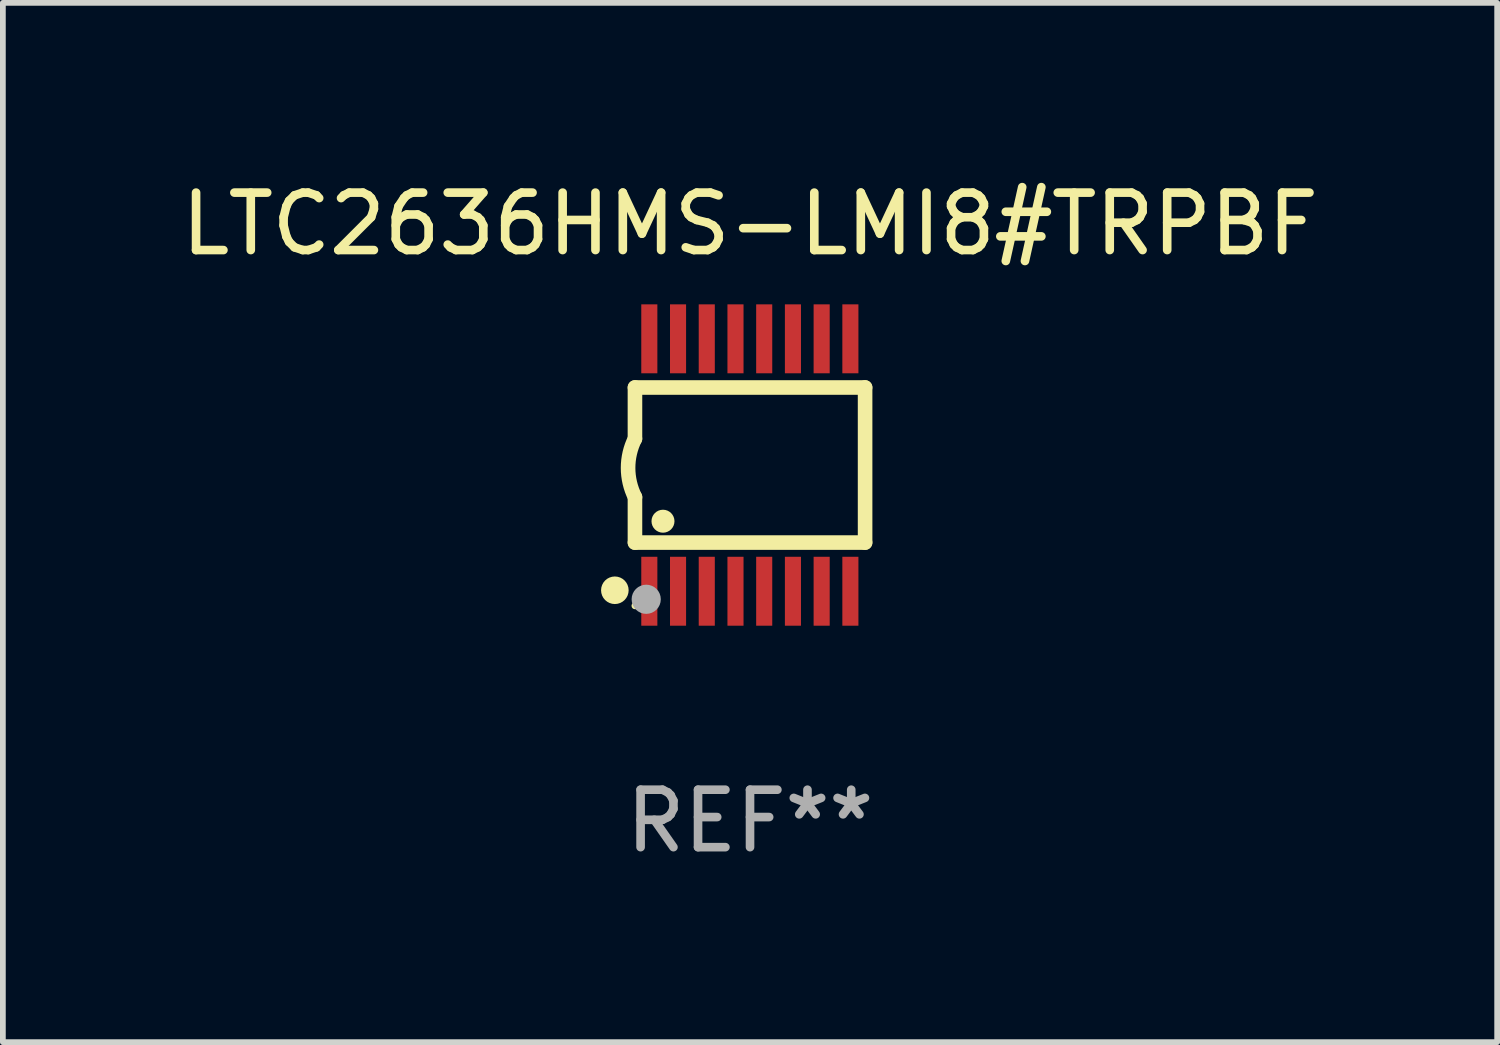
<source format=kicad_pcb>
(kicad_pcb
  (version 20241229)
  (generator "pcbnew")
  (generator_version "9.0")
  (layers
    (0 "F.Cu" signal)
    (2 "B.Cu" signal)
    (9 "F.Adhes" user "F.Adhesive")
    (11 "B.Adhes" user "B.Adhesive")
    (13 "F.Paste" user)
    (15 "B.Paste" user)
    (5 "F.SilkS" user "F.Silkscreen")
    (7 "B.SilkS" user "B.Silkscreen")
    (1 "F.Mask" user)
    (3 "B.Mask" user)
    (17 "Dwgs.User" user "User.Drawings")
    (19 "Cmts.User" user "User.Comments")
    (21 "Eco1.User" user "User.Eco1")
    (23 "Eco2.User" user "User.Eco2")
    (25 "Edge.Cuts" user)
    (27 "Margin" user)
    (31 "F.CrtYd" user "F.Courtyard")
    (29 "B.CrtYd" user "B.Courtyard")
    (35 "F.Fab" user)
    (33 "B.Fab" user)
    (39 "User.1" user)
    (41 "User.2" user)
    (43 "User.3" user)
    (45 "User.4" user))
  (footprint "LTC2636HMS-LMI8#TRPBF"
    (layer "F.Cu")
    (at 10.006 5.045)
    (property "Reference" "LTC2636HMS-LMI8#TRPBF" (at 0 -4.197 0) (layer "F.SilkS") (effects (font (size 1 1) (thickness 0.15))))
    (attr through_hole)
    (fp_line (start -2.003 -1.35) (end -2.003 -0.457) (stroke (width 0.254) (type solid)) (layer "F.SilkS"))
    (fp_line (start -2.003 -1.35) (end 2.003 -1.35) (stroke (width 0.254) (type solid)) (layer "F.SilkS"))
    (fp_line (start -2.003 1.35) (end -2.003 0.559) (stroke (width 0.254) (type solid)) (layer "F.SilkS"))
    (fp_line (start -2.003 1.35) (end 2.003 1.35) (stroke (width 0.254) (type solid)) (layer "F.SilkS"))
    (fp_line (start 2.003 -1.35) (end 2.003 1.35) (stroke (width 0.254) (type solid)) (layer "F.SilkS"))
    (fp_arc (start -2.002286 0.558802) (mid -2.122556 0.05092) (end -2.003302 -0.457201) (stroke (width 0.254001) (type solid)) (layer "F.SilkS"))
    (fp_circle (center -2.353 2.18) (end -2.233 2.18) (stroke (width 0.24) (type solid)) (fill no) (layer "F.SilkS"))
    (fp_circle (center -2.003 2.45) (end -1.973 2.45) (stroke (width 0.06) (type solid)) (fill no) (layer "F.SilkS"))
    (fp_circle (center -1.515 0.978) (end -1.415 0.978) (stroke (width 0.2) (type solid)) (fill no) (layer "F.SilkS"))
    (fp_circle (center -1.807 2.337) (end -1.68 2.337) (stroke (width 0.254) (type solid)) (fill no) (layer "F.Fab"))
    (fp_text user "REF**" (at 0 6.197 0) (layer "F.Fab") (effects (font (size 1 1) (thickness 0.15))))
    (pad "1" smd rect (at -1.753 2.197 90) (size 1.2 0.28) (layers "F.Cu" "F.Mask" "F.Paste"))
    (pad "2" smd rect (at -1.253 2.197 90) (size 1.2 0.28) (layers "F.Cu" "F.Mask" "F.Paste"))
    (pad "3" smd rect (at -0.753 2.197 90) (size 1.2 0.28) (layers "F.Cu" "F.Mask" "F.Paste"))
    (pad "4" smd rect (at -0.253 2.197 90) (size 1.2 0.28) (layers "F.Cu" "F.Mask" "F.Paste"))
    (pad "5" smd rect (at 0.247 2.197 90) (size 1.2 0.28) (layers "F.Cu" "F.Mask" "F.Paste"))
    (pad "6" smd rect (at 0.747 2.197 90) (size 1.2 0.28) (layers "F.Cu" "F.Mask" "F.Paste"))
    (pad "7" smd rect (at 1.247 2.197 90) (size 1.2 0.28) (layers "F.Cu" "F.Mask" "F.Paste"))
    (pad "8" smd rect (at 1.747 2.197 90) (size 1.2 0.28) (layers "F.Cu" "F.Mask" "F.Paste"))
    (pad "9" smd rect (at 1.747 -2.197 90) (size 1.2 0.28) (layers "F.Cu" "F.Mask" "F.Paste"))
    (pad "10" smd rect (at 1.247 -2.197 90) (size 1.2 0.28) (layers "F.Cu" "F.Mask" "F.Paste"))
    (pad "11" smd rect (at 0.747 -2.197 90) (size 1.2 0.28) (layers "F.Cu" "F.Mask" "F.Paste"))
    (pad "12" smd rect (at 0.247 -2.197 90) (size 1.2 0.28) (layers "F.Cu" "F.Mask" "F.Paste"))
    (pad "13" smd rect (at -0.253 -2.197 90) (size 1.2 0.28) (layers "F.Cu" "F.Mask" "F.Paste"))
    (pad "14" smd rect (at -0.753 -2.197 90) (size 1.2 0.28) (layers "F.Cu" "F.Mask" "F.Paste"))
    (pad "15" smd rect (at -1.253 -2.197 90) (size 1.2 0.28) (layers "F.Cu" "F.Mask" "F.Paste"))
    (pad "16" smd rect (at -1.753 -2.197 90) (size 1.2 0.28) (layers "F.Cu" "F.Mask" "F.Paste")))
  (gr_rect
    (start -3 -3)
    (end 23.012 15.091)
    (stroke (width 0.1) (type default))
    (fill no)
    (layer "Edge.Cuts")))
</source>
